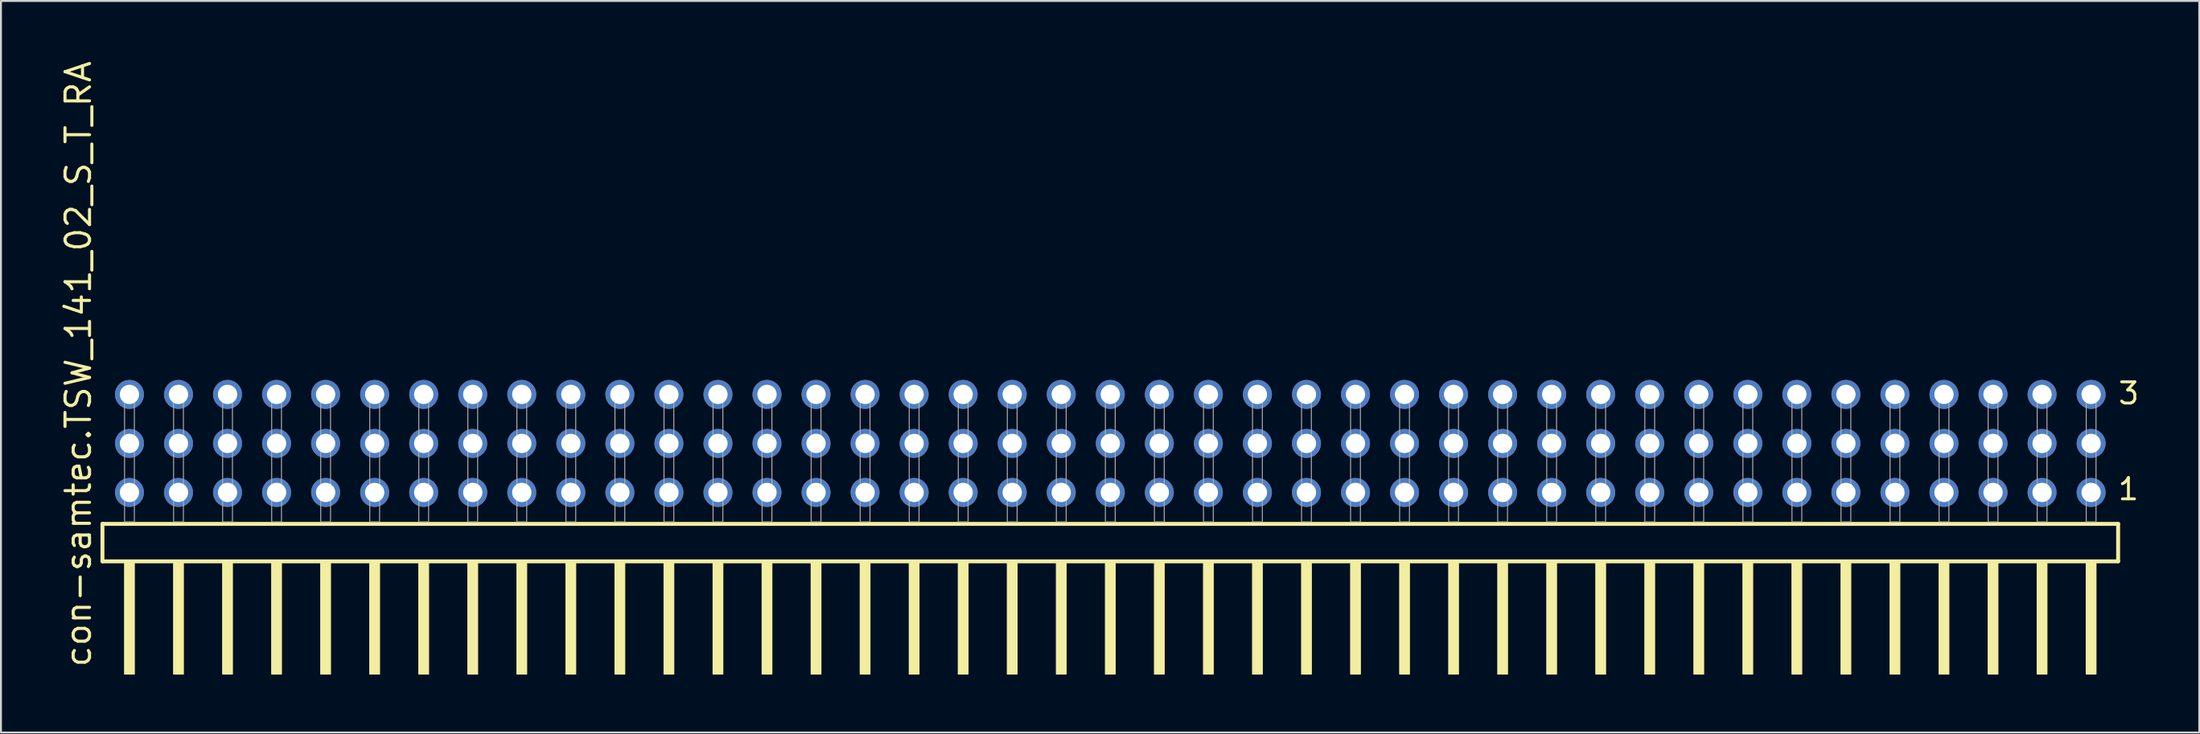
<source format=kicad_pcb>
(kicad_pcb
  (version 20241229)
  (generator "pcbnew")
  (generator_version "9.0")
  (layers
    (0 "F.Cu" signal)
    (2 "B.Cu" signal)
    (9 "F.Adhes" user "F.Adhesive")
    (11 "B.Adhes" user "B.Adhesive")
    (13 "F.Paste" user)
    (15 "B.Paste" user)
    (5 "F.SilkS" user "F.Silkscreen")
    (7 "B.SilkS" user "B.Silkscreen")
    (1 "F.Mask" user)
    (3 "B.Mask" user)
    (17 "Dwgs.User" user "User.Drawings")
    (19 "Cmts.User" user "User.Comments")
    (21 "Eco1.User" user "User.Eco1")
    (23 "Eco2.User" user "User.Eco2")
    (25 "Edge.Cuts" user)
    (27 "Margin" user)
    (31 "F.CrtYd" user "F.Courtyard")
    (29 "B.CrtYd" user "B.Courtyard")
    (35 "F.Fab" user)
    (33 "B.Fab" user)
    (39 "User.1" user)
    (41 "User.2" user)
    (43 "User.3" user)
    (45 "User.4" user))
  (footprint "con-samtec.TSW_141_02_S_T_RA"
    (layer "F.Cu")
    (at 54.455 23.993)
    (property "Reference" "con-samtec.TSW_141_02_S_T_RA" (at -52.705 7.62 90) (layer "F.SilkS") (effects (font (size 1.27 1.27) (thickness 0.16)) (justify left bottom)))
    (attr through_hole)
    (fp_line (start -52.199 0.106) (end -52.199 2.046) (stroke (width 0.203) (type default)) (layer "F.SilkS"))
    (fp_line (start -52.199 2.046) (end 52.199 2.046) (stroke (width 0.203) (type default)) (layer "F.SilkS"))
    (fp_line (start 52.199 0.106) (end -52.199 0.106) (stroke (width 0.203) (type default)) (layer "F.SilkS"))
    (fp_line (start 52.199 2.046) (end 52.199 0.106) (stroke (width 0.203) (type default)) (layer "F.SilkS"))
    (fp_rect (start -51.054 7.89) (end -50.546 2.04) (stroke (width 0.05) (type default)) (fill yes) (layer "F.SilkS"))
    (fp_rect (start -48.514 7.89) (end -48.006 2.04) (stroke (width 0.05) (type default)) (fill yes) (layer "F.SilkS"))
    (fp_rect (start -45.974 7.89) (end -45.466 2.04) (stroke (width 0.05) (type default)) (fill yes) (layer "F.SilkS"))
    (fp_rect (start -43.434 7.89) (end -42.926 2.04) (stroke (width 0.05) (type default)) (fill yes) (layer "F.SilkS"))
    (fp_rect (start -40.894 7.89) (end -40.386 2.04) (stroke (width 0.05) (type default)) (fill yes) (layer "F.SilkS"))
    (fp_rect (start -38.354 7.89) (end -37.846 2.04) (stroke (width 0.05) (type default)) (fill yes) (layer "F.SilkS"))
    (fp_rect (start -35.814 7.89) (end -35.306 2.04) (stroke (width 0.05) (type default)) (fill yes) (layer "F.SilkS"))
    (fp_rect (start -33.274 7.89) (end -32.766 2.04) (stroke (width 0.05) (type default)) (fill yes) (layer "F.SilkS"))
    (fp_rect (start -30.734 7.89) (end -30.226 2.04) (stroke (width 0.05) (type default)) (fill yes) (layer "F.SilkS"))
    (fp_rect (start -28.194 7.89) (end -27.686 2.04) (stroke (width 0.05) (type default)) (fill yes) (layer "F.SilkS"))
    (fp_rect (start -25.654 7.89) (end -25.146 2.04) (stroke (width 0.05) (type default)) (fill yes) (layer "F.SilkS"))
    (fp_rect (start -23.114 7.89) (end -22.606 2.04) (stroke (width 0.05) (type default)) (fill yes) (layer "F.SilkS"))
    (fp_rect (start -20.574 7.89) (end -20.066 2.04) (stroke (width 0.05) (type default)) (fill yes) (layer "F.SilkS"))
    (fp_rect (start -18.034 7.89) (end -17.526 2.04) (stroke (width 0.05) (type default)) (fill yes) (layer "F.SilkS"))
    (fp_rect (start -15.494 7.89) (end -14.986 2.04) (stroke (width 0.05) (type default)) (fill yes) (layer "F.SilkS"))
    (fp_rect (start -12.954 7.89) (end -12.446 2.04) (stroke (width 0.05) (type default)) (fill yes) (layer "F.SilkS"))
    (fp_rect (start -10.414 7.89) (end -9.906 2.04) (stroke (width 0.05) (type default)) (fill yes) (layer "F.SilkS"))
    (fp_rect (start -7.874 7.89) (end -7.366 2.04) (stroke (width 0.05) (type default)) (fill yes) (layer "F.SilkS"))
    (fp_rect (start -5.334 7.89) (end -4.826 2.04) (stroke (width 0.05) (type default)) (fill yes) (layer "F.SilkS"))
    (fp_rect (start -2.794 7.89) (end -2.286 2.04) (stroke (width 0.05) (type default)) (fill yes) (layer "F.SilkS"))
    (fp_rect (start -0.254 7.89) (end 0.254 2.04) (stroke (width 0.05) (type default)) (fill yes) (layer "F.SilkS"))
    (fp_rect (start 2.286 7.89) (end 2.794 2.04) (stroke (width 0.05) (type default)) (fill yes) (layer "F.SilkS"))
    (fp_rect (start 4.826 7.89) (end 5.334 2.04) (stroke (width 0.05) (type default)) (fill yes) (layer "F.SilkS"))
    (fp_rect (start 7.366 7.89) (end 7.874 2.04) (stroke (width 0.05) (type default)) (fill yes) (layer "F.SilkS"))
    (fp_rect (start 9.906 7.89) (end 10.414 2.04) (stroke (width 0.05) (type default)) (fill yes) (layer "F.SilkS"))
    (fp_rect (start 12.446 7.89) (end 12.954 2.04) (stroke (width 0.05) (type default)) (fill yes) (layer "F.SilkS"))
    (fp_rect (start 14.986 7.89) (end 15.494 2.04) (stroke (width 0.05) (type default)) (fill yes) (layer "F.SilkS"))
    (fp_rect (start 17.526 7.89) (end 18.034 2.04) (stroke (width 0.05) (type default)) (fill yes) (layer "F.SilkS"))
    (fp_rect (start 20.066 7.89) (end 20.574 2.04) (stroke (width 0.05) (type default)) (fill yes) (layer "F.SilkS"))
    (fp_rect (start 22.606 7.89) (end 23.114 2.04) (stroke (width 0.05) (type default)) (fill yes) (layer "F.SilkS"))
    (fp_rect (start 25.146 7.89) (end 25.654 2.04) (stroke (width 0.05) (type default)) (fill yes) (layer "F.SilkS"))
    (fp_rect (start 27.686 7.89) (end 28.194 2.04) (stroke (width 0.05) (type default)) (fill yes) (layer "F.SilkS"))
    (fp_rect (start 30.226 7.89) (end 30.734 2.04) (stroke (width 0.05) (type default)) (fill yes) (layer "F.SilkS"))
    (fp_rect (start 32.766 7.89) (end 33.274 2.04) (stroke (width 0.05) (type default)) (fill yes) (layer "F.SilkS"))
    (fp_rect (start 35.306 7.89) (end 35.814 2.04) (stroke (width 0.05) (type default)) (fill yes) (layer "F.SilkS"))
    (fp_rect (start 37.846 7.89) (end 38.354 2.04) (stroke (width 0.05) (type default)) (fill yes) (layer "F.SilkS"))
    (fp_rect (start 40.386 7.89) (end 40.894 2.04) (stroke (width 0.05) (type default)) (fill yes) (layer "F.SilkS"))
    (fp_rect (start 42.926 7.89) (end 43.434 2.04) (stroke (width 0.05) (type default)) (fill yes) (layer "F.SilkS"))
    (fp_rect (start 45.466 7.89) (end 45.974 2.04) (stroke (width 0.05) (type default)) (fill yes) (layer "F.SilkS"))
    (fp_rect (start 48.006 7.89) (end 48.514 2.04) (stroke (width 0.05) (type default)) (fill yes) (layer "F.SilkS"))
    (fp_rect (start 50.546 7.89) (end 51.054 2.04) (stroke (width 0.05) (type default)) (fill yes) (layer "F.SilkS"))
    (fp_rect (start -51.054 0) (end -50.546 -6.858) (stroke (width 0.05) (type default)) (fill no) (layer "F.Fab"))
    (fp_rect (start -48.514 0) (end -48.006 -6.858) (stroke (width 0.05) (type default)) (fill no) (layer "F.Fab"))
    (fp_rect (start -45.974 0) (end -45.466 -6.858) (stroke (width 0.05) (type default)) (fill no) (layer "F.Fab"))
    (fp_rect (start -43.434 0) (end -42.926 -6.858) (stroke (width 0.05) (type default)) (fill no) (layer "F.Fab"))
    (fp_rect (start -40.894 0) (end -40.386 -6.858) (stroke (width 0.05) (type default)) (fill no) (layer "F.Fab"))
    (fp_rect (start -38.354 0) (end -37.846 -6.858) (stroke (width 0.05) (type default)) (fill no) (layer "F.Fab"))
    (fp_rect (start -35.814 0) (end -35.306 -6.858) (stroke (width 0.05) (type default)) (fill no) (layer "F.Fab"))
    (fp_rect (start -33.274 0) (end -32.766 -6.858) (stroke (width 0.05) (type default)) (fill no) (layer "F.Fab"))
    (fp_rect (start -30.734 0) (end -30.226 -6.858) (stroke (width 0.05) (type default)) (fill no) (layer "F.Fab"))
    (fp_rect (start -28.194 0) (end -27.686 -6.858) (stroke (width 0.05) (type default)) (fill no) (layer "F.Fab"))
    (fp_rect (start -25.654 0) (end -25.146 -6.858) (stroke (width 0.05) (type default)) (fill no) (layer "F.Fab"))
    (fp_rect (start -23.114 0) (end -22.606 -6.858) (stroke (width 0.05) (type default)) (fill no) (layer "F.Fab"))
    (fp_rect (start -20.574 0) (end -20.066 -6.858) (stroke (width 0.05) (type default)) (fill no) (layer "F.Fab"))
    (fp_rect (start -18.034 0) (end -17.526 -6.858) (stroke (width 0.05) (type default)) (fill no) (layer "F.Fab"))
    (fp_rect (start -15.494 0) (end -14.986 -6.858) (stroke (width 0.05) (type default)) (fill no) (layer "F.Fab"))
    (fp_rect (start -12.954 0) (end -12.446 -6.858) (stroke (width 0.05) (type default)) (fill no) (layer "F.Fab"))
    (fp_rect (start -10.414 0) (end -9.906 -6.858) (stroke (width 0.05) (type default)) (fill no) (layer "F.Fab"))
    (fp_rect (start -7.874 0) (end -7.366 -6.858) (stroke (width 0.05) (type default)) (fill no) (layer "F.Fab"))
    (fp_rect (start -5.334 0) (end -4.826 -6.858) (stroke (width 0.05) (type default)) (fill no) (layer "F.Fab"))
    (fp_rect (start -2.794 0) (end -2.286 -6.858) (stroke (width 0.05) (type default)) (fill no) (layer "F.Fab"))
    (fp_rect (start -0.254 0) (end 0.254 -6.858) (stroke (width 0.05) (type default)) (fill no) (layer "F.Fab"))
    (fp_rect (start 2.286 0) (end 2.794 -6.858) (stroke (width 0.05) (type default)) (fill no) (layer "F.Fab"))
    (fp_rect (start 4.826 0) (end 5.334 -6.858) (stroke (width 0.05) (type default)) (fill no) (layer "F.Fab"))
    (fp_rect (start 7.366 0) (end 7.874 -6.858) (stroke (width 0.05) (type default)) (fill no) (layer "F.Fab"))
    (fp_rect (start 9.906 0) (end 10.414 -6.858) (stroke (width 0.05) (type default)) (fill no) (layer "F.Fab"))
    (fp_rect (start 12.446 0) (end 12.954 -6.858) (stroke (width 0.05) (type default)) (fill no) (layer "F.Fab"))
    (fp_rect (start 14.986 0) (end 15.494 -6.858) (stroke (width 0.05) (type default)) (fill no) (layer "F.Fab"))
    (fp_rect (start 17.526 0) (end 18.034 -6.858) (stroke (width 0.05) (type default)) (fill no) (layer "F.Fab"))
    (fp_rect (start 20.066 0) (end 20.574 -6.858) (stroke (width 0.05) (type default)) (fill no) (layer "F.Fab"))
    (fp_rect (start 22.606 0) (end 23.114 -6.858) (stroke (width 0.05) (type default)) (fill no) (layer "F.Fab"))
    (fp_rect (start 25.146 0) (end 25.654 -6.858) (stroke (width 0.05) (type default)) (fill no) (layer "F.Fab"))
    (fp_rect (start 27.686 0) (end 28.194 -6.858) (stroke (width 0.05) (type default)) (fill no) (layer "F.Fab"))
    (fp_rect (start 30.226 0) (end 30.734 -6.858) (stroke (width 0.05) (type default)) (fill no) (layer "F.Fab"))
    (fp_rect (start 32.766 0) (end 33.274 -6.858) (stroke (width 0.05) (type default)) (fill no) (layer "F.Fab"))
    (fp_rect (start 35.306 0) (end 35.814 -6.858) (stroke (width 0.05) (type default)) (fill no) (layer "F.Fab"))
    (fp_rect (start 37.846 0) (end 38.354 -6.858) (stroke (width 0.05) (type default)) (fill no) (layer "F.Fab"))
    (fp_rect (start 40.386 0) (end 40.894 -6.858) (stroke (width 0.05) (type default)) (fill no) (layer "F.Fab"))
    (fp_rect (start 42.926 0) (end 43.434 -6.858) (stroke (width 0.05) (type default)) (fill no) (layer "F.Fab"))
    (fp_rect (start 45.466 0) (end 45.974 -6.858) (stroke (width 0.05) (type default)) (fill no) (layer "F.Fab"))
    (fp_rect (start 48.006 0) (end 48.514 -6.858) (stroke (width 0.05) (type default)) (fill no) (layer "F.Fab"))
    (fp_rect (start 50.546 0) (end 51.054 -6.858) (stroke (width 0.05) (type default)) (fill no) (layer "F.Fab"))
    (fp_text user "3" (at 52.125 -6.015 0) (layer "F.SilkS") (effects (font (size 1.1 1.1) (thickness 0.15)) (justify left bottom)))
    (fp_text user "1" (at 52.11 -1.05 0) (layer "F.SilkS") (effects (font (size 1.1 1.1) (thickness 0.15)) (justify left bottom)))
    (pad "1" thru_hole circle (at 50.8 -1.524 180) (size 1.5 1.5) (drill 1) (layers "*.Cu" "*.Mask"))
    (pad "2" thru_hole circle (at 50.8 -4.064 180) (size 1.5 1.5) (drill 1) (layers "*.Cu" "*.Mask"))
    (pad "3" thru_hole circle (at 50.8 -6.604 180) (size 1.5 1.5) (drill 1) (layers "*.Cu" "*.Mask"))
    (pad "4" thru_hole circle (at 48.26 -1.524 180) (size 1.5 1.5) (drill 1) (layers "*.Cu" "*.Mask"))
    (pad "5" thru_hole circle (at 48.26 -4.064 180) (size 1.5 1.5) (drill 1) (layers "*.Cu" "*.Mask"))
    (pad "6" thru_hole circle (at 48.26 -6.604 180) (size 1.5 1.5) (drill 1) (layers "*.Cu" "*.Mask"))
    (pad "7" thru_hole circle (at 45.72 -1.524 180) (size 1.5 1.5) (drill 1) (layers "*.Cu" "*.Mask"))
    (pad "8" thru_hole circle (at 45.72 -4.064 180) (size 1.5 1.5) (drill 1) (layers "*.Cu" "*.Mask"))
    (pad "9" thru_hole circle (at 45.72 -6.604 180) (size 1.5 1.5) (drill 1) (layers "*.Cu" "*.Mask"))
    (pad "10" thru_hole circle (at 43.18 -1.524 180) (size 1.5 1.5) (drill 1) (layers "*.Cu" "*.Mask"))
    (pad "11" thru_hole circle (at 43.18 -4.064 180) (size 1.5 1.5) (drill 1) (layers "*.Cu" "*.Mask"))
    (pad "12" thru_hole circle (at 43.18 -6.604 180) (size 1.5 1.5) (drill 1) (layers "*.Cu" "*.Mask"))
    (pad "13" thru_hole circle (at 40.64 -1.524 180) (size 1.5 1.5) (drill 1) (layers "*.Cu" "*.Mask"))
    (pad "14" thru_hole circle (at 40.64 -4.064 180) (size 1.5 1.5) (drill 1) (layers "*.Cu" "*.Mask"))
    (pad "15" thru_hole circle (at 40.64 -6.604 180) (size 1.5 1.5) (drill 1) (layers "*.Cu" "*.Mask"))
    (pad "16" thru_hole circle (at 38.1 -1.524 180) (size 1.5 1.5) (drill 1) (layers "*.Cu" "*.Mask"))
    (pad "17" thru_hole circle (at 38.1 -4.064 180) (size 1.5 1.5) (drill 1) (layers "*.Cu" "*.Mask"))
    (pad "18" thru_hole circle (at 38.1 -6.604 180) (size 1.5 1.5) (drill 1) (layers "*.Cu" "*.Mask"))
    (pad "19" thru_hole circle (at 35.56 -1.524 180) (size 1.5 1.5) (drill 1) (layers "*.Cu" "*.Mask"))
    (pad "20" thru_hole circle (at 35.56 -4.064 180) (size 1.5 1.5) (drill 1) (layers "*.Cu" "*.Mask"))
    (pad "21" thru_hole circle (at 35.56 -6.604 180) (size 1.5 1.5) (drill 1) (layers "*.Cu" "*.Mask"))
    (pad "22" thru_hole circle (at 33.02 -1.524 180) (size 1.5 1.5) (drill 1) (layers "*.Cu" "*.Mask"))
    (pad "23" thru_hole circle (at 33.02 -4.064 180) (size 1.5 1.5) (drill 1) (layers "*.Cu" "*.Mask"))
    (pad "24" thru_hole circle (at 33.02 -6.604 180) (size 1.5 1.5) (drill 1) (layers "*.Cu" "*.Mask"))
    (pad "25" thru_hole circle (at 30.48 -1.524 180) (size 1.5 1.5) (drill 1) (layers "*.Cu" "*.Mask"))
    (pad "26" thru_hole circle (at 30.48 -4.064 180) (size 1.5 1.5) (drill 1) (layers "*.Cu" "*.Mask"))
    (pad "27" thru_hole circle (at 30.48 -6.604 180) (size 1.5 1.5) (drill 1) (layers "*.Cu" "*.Mask"))
    (pad "28" thru_hole circle (at 27.94 -1.524 180) (size 1.5 1.5) (drill 1) (layers "*.Cu" "*.Mask"))
    (pad "29" thru_hole circle (at 27.94 -4.064 180) (size 1.5 1.5) (drill 1) (layers "*.Cu" "*.Mask"))
    (pad "30" thru_hole circle (at 27.94 -6.604 180) (size 1.5 1.5) (drill 1) (layers "*.Cu" "*.Mask"))
    (pad "31" thru_hole circle (at 25.4 -1.524 180) (size 1.5 1.5) (drill 1) (layers "*.Cu" "*.Mask"))
    (pad "32" thru_hole circle (at 25.4 -4.064 180) (size 1.5 1.5) (drill 1) (layers "*.Cu" "*.Mask"))
    (pad "33" thru_hole circle (at 25.4 -6.604 180) (size 1.5 1.5) (drill 1) (layers "*.Cu" "*.Mask"))
    (pad "34" thru_hole circle (at 22.86 -1.524 180) (size 1.5 1.5) (drill 1) (layers "*.Cu" "*.Mask"))
    (pad "35" thru_hole circle (at 22.86 -4.064 180) (size 1.5 1.5) (drill 1) (layers "*.Cu" "*.Mask"))
    (pad "36" thru_hole circle (at 22.86 -6.604 180) (size 1.5 1.5) (drill 1) (layers "*.Cu" "*.Mask"))
    (pad "37" thru_hole circle (at 20.32 -1.524 180) (size 1.5 1.5) (drill 1) (layers "*.Cu" "*.Mask"))
    (pad "38" thru_hole circle (at 20.32 -4.064 180) (size 1.5 1.5) (drill 1) (layers "*.Cu" "*.Mask"))
    (pad "39" thru_hole circle (at 20.32 -6.604 180) (size 1.5 1.5) (drill 1) (layers "*.Cu" "*.Mask"))
    (pad "40" thru_hole circle (at 17.78 -1.524 180) (size 1.5 1.5) (drill 1) (layers "*.Cu" "*.Mask"))
    (pad "41" thru_hole circle (at 17.78 -4.064 180) (size 1.5 1.5) (drill 1) (layers "*.Cu" "*.Mask"))
    (pad "42" thru_hole circle (at 17.78 -6.604 180) (size 1.5 1.5) (drill 1) (layers "*.Cu" "*.Mask"))
    (pad "43" thru_hole circle (at 15.24 -1.524 180) (size 1.5 1.5) (drill 1) (layers "*.Cu" "*.Mask"))
    (pad "44" thru_hole circle (at 15.24 -4.064 180) (size 1.5 1.5) (drill 1) (layers "*.Cu" "*.Mask"))
    (pad "45" thru_hole circle (at 15.24 -6.604 180) (size 1.5 1.5) (drill 1) (layers "*.Cu" "*.Mask"))
    (pad "46" thru_hole circle (at 12.7 -1.524 180) (size 1.5 1.5) (drill 1) (layers "*.Cu" "*.Mask"))
    (pad "47" thru_hole circle (at 12.7 -4.064 180) (size 1.5 1.5) (drill 1) (layers "*.Cu" "*.Mask"))
    (pad "48" thru_hole circle (at 12.7 -6.604 180) (size 1.5 1.5) (drill 1) (layers "*.Cu" "*.Mask"))
    (pad "49" thru_hole circle (at 10.16 -1.524 180) (size 1.5 1.5) (drill 1) (layers "*.Cu" "*.Mask"))
    (pad "50" thru_hole circle (at 10.16 -4.064 180) (size 1.5 1.5) (drill 1) (layers "*.Cu" "*.Mask"))
    (pad "51" thru_hole circle (at 10.16 -6.604 180) (size 1.5 1.5) (drill 1) (layers "*.Cu" "*.Mask"))
    (pad "52" thru_hole circle (at 7.62 -1.524 180) (size 1.5 1.5) (drill 1) (layers "*.Cu" "*.Mask"))
    (pad "53" thru_hole circle (at 7.62 -4.064 180) (size 1.5 1.5) (drill 1) (layers "*.Cu" "*.Mask"))
    (pad "54" thru_hole circle (at 7.62 -6.604 180) (size 1.5 1.5) (drill 1) (layers "*.Cu" "*.Mask"))
    (pad "55" thru_hole circle (at 5.08 -1.524 180) (size 1.5 1.5) (drill 1) (layers "*.Cu" "*.Mask"))
    (pad "56" thru_hole circle (at 5.08 -4.064 180) (size 1.5 1.5) (drill 1) (layers "*.Cu" "*.Mask"))
    (pad "57" thru_hole circle (at 5.08 -6.604 180) (size 1.5 1.5) (drill 1) (layers "*.Cu" "*.Mask"))
    (pad "58" thru_hole circle (at 2.54 -1.524 180) (size 1.5 1.5) (drill 1) (layers "*.Cu" "*.Mask"))
    (pad "59" thru_hole circle (at 2.54 -4.064 180) (size 1.5 1.5) (drill 1) (layers "*.Cu" "*.Mask"))
    (pad "60" thru_hole circle (at 2.54 -6.604 180) (size 1.5 1.5) (drill 1) (layers "*.Cu" "*.Mask"))
    (pad "61" thru_hole circle (at 0 -1.524 180) (size 1.5 1.5) (drill 1) (layers "*.Cu" "*.Mask"))
    (pad "62" thru_hole circle (at 0 -4.064 180) (size 1.5 1.5) (drill 1) (layers "*.Cu" "*.Mask"))
    (pad "63" thru_hole circle (at 0 -6.604 180) (size 1.5 1.5) (drill 1) (layers "*.Cu" "*.Mask"))
    (pad "64" thru_hole circle (at -2.54 -1.524 180) (size 1.5 1.5) (drill 1) (layers "*.Cu" "*.Mask"))
    (pad "65" thru_hole circle (at -2.54 -4.064 180) (size 1.5 1.5) (drill 1) (layers "*.Cu" "*.Mask"))
    (pad "66" thru_hole circle (at -2.54 -6.604 180) (size 1.5 1.5) (drill 1) (layers "*.Cu" "*.Mask"))
    (pad "67" thru_hole circle (at -5.08 -1.524 180) (size 1.5 1.5) (drill 1) (layers "*.Cu" "*.Mask"))
    (pad "68" thru_hole circle (at -5.08 -4.064 180) (size 1.5 1.5) (drill 1) (layers "*.Cu" "*.Mask"))
    (pad "69" thru_hole circle (at -5.08 -6.604 180) (size 1.5 1.5) (drill 1) (layers "*.Cu" "*.Mask"))
    (pad "70" thru_hole circle (at -7.62 -1.524 180) (size 1.5 1.5) (drill 1) (layers "*.Cu" "*.Mask"))
    (pad "71" thru_hole circle (at -7.62 -4.064 180) (size 1.5 1.5) (drill 1) (layers "*.Cu" "*.Mask"))
    (pad "72" thru_hole circle (at -7.62 -6.604 180) (size 1.5 1.5) (drill 1) (layers "*.Cu" "*.Mask"))
    (pad "73" thru_hole circle (at -10.16 -1.524 180) (size 1.5 1.5) (drill 1) (layers "*.Cu" "*.Mask"))
    (pad "74" thru_hole circle (at -10.16 -4.064 180) (size 1.5 1.5) (drill 1) (layers "*.Cu" "*.Mask"))
    (pad "75" thru_hole circle (at -10.16 -6.604 180) (size 1.5 1.5) (drill 1) (layers "*.Cu" "*.Mask"))
    (pad "76" thru_hole circle (at -12.7 -1.524 180) (size 1.5 1.5) (drill 1) (layers "*.Cu" "*.Mask"))
    (pad "77" thru_hole circle (at -12.7 -4.064 180) (size 1.5 1.5) (drill 1) (layers "*.Cu" "*.Mask"))
    (pad "78" thru_hole circle (at -12.7 -6.604 180) (size 1.5 1.5) (drill 1) (layers "*.Cu" "*.Mask"))
    (pad "79" thru_hole circle (at -15.24 -1.524 180) (size 1.5 1.5) (drill 1) (layers "*.Cu" "*.Mask"))
    (pad "80" thru_hole circle (at -15.24 -4.064 180) (size 1.5 1.5) (drill 1) (layers "*.Cu" "*.Mask"))
    (pad "81" thru_hole circle (at -15.24 -6.604 180) (size 1.5 1.5) (drill 1) (layers "*.Cu" "*.Mask"))
    (pad "82" thru_hole circle (at -17.78 -1.524 180) (size 1.5 1.5) (drill 1) (layers "*.Cu" "*.Mask"))
    (pad "83" thru_hole circle (at -17.78 -4.064 180) (size 1.5 1.5) (drill 1) (layers "*.Cu" "*.Mask"))
    (pad "84" thru_hole circle (at -17.78 -6.604 180) (size 1.5 1.5) (drill 1) (layers "*.Cu" "*.Mask"))
    (pad "85" thru_hole circle (at -20.32 -1.524 180) (size 1.5 1.5) (drill 1) (layers "*.Cu" "*.Mask"))
    (pad "86" thru_hole circle (at -20.32 -4.064 180) (size 1.5 1.5) (drill 1) (layers "*.Cu" "*.Mask"))
    (pad "87" thru_hole circle (at -20.32 -6.604 180) (size 1.5 1.5) (drill 1) (layers "*.Cu" "*.Mask"))
    (pad "88" thru_hole circle (at -22.86 -1.524 180) (size 1.5 1.5) (drill 1) (layers "*.Cu" "*.Mask"))
    (pad "89" thru_hole circle (at -22.86 -4.064 180) (size 1.5 1.5) (drill 1) (layers "*.Cu" "*.Mask"))
    (pad "90" thru_hole circle (at -22.86 -6.604 180) (size 1.5 1.5) (drill 1) (layers "*.Cu" "*.Mask"))
    (pad "91" thru_hole circle (at -25.4 -1.524 180) (size 1.5 1.5) (drill 1) (layers "*.Cu" "*.Mask"))
    (pad "92" thru_hole circle (at -25.4 -4.064 180) (size 1.5 1.5) (drill 1) (layers "*.Cu" "*.Mask"))
    (pad "93" thru_hole circle (at -25.4 -6.604 180) (size 1.5 1.5) (drill 1) (layers "*.Cu" "*.Mask"))
    (pad "94" thru_hole circle (at -27.94 -1.524 180) (size 1.5 1.5) (drill 1) (layers "*.Cu" "*.Mask"))
    (pad "95" thru_hole circle (at -27.94 -4.064 180) (size 1.5 1.5) (drill 1) (layers "*.Cu" "*.Mask"))
    (pad "96" thru_hole circle (at -27.94 -6.604 180) (size 1.5 1.5) (drill 1) (layers "*.Cu" "*.Mask"))
    (pad "97" thru_hole circle (at -30.48 -1.524 180) (size 1.5 1.5) (drill 1) (layers "*.Cu" "*.Mask"))
    (pad "98" thru_hole circle (at -30.48 -4.064 180) (size 1.5 1.5) (drill 1) (layers "*.Cu" "*.Mask"))
    (pad "99" thru_hole circle (at -30.48 -6.604 180) (size 1.5 1.5) (drill 1) (layers "*.Cu" "*.Mask"))
    (pad "100" thru_hole circle (at -33.02 -1.524 180) (size 1.5 1.5) (drill 1) (layers "*.Cu" "*.Mask"))
    (pad "101" thru_hole circle (at -33.02 -4.064 180) (size 1.5 1.5) (drill 1) (layers "*.Cu" "*.Mask"))
    (pad "102" thru_hole circle (at -33.02 -6.604 180) (size 1.5 1.5) (drill 1) (layers "*.Cu" "*.Mask"))
    (pad "103" thru_hole circle (at -35.56 -1.524 180) (size 1.5 1.5) (drill 1) (layers "*.Cu" "*.Mask"))
    (pad "104" thru_hole circle (at -35.56 -4.064 180) (size 1.5 1.5) (drill 1) (layers "*.Cu" "*.Mask"))
    (pad "105" thru_hole circle (at -35.56 -6.604 180) (size 1.5 1.5) (drill 1) (layers "*.Cu" "*.Mask"))
    (pad "106" thru_hole circle (at -38.1 -1.524 180) (size 1.5 1.5) (drill 1) (layers "*.Cu" "*.Mask"))
    (pad "107" thru_hole circle (at -38.1 -4.064 180) (size 1.5 1.5) (drill 1) (layers "*.Cu" "*.Mask"))
    (pad "108" thru_hole circle (at -38.1 -6.604 180) (size 1.5 1.5) (drill 1) (layers "*.Cu" "*.Mask"))
    (pad "109" thru_hole circle (at -40.64 -1.524 180) (size 1.5 1.5) (drill 1) (layers "*.Cu" "*.Mask"))
    (pad "110" thru_hole circle (at -40.64 -4.064 180) (size 1.5 1.5) (drill 1) (layers "*.Cu" "*.Mask"))
    (pad "111" thru_hole circle (at -40.64 -6.604 180) (size 1.5 1.5) (drill 1) (layers "*.Cu" "*.Mask"))
    (pad "112" thru_hole circle (at -43.18 -1.524 180) (size 1.5 1.5) (drill 1) (layers "*.Cu" "*.Mask"))
    (pad "113" thru_hole circle (at -43.18 -4.064 180) (size 1.5 1.5) (drill 1) (layers "*.Cu" "*.Mask"))
    (pad "114" thru_hole circle (at -43.18 -6.604 180) (size 1.5 1.5) (drill 1) (layers "*.Cu" "*.Mask"))
    (pad "115" thru_hole circle (at -45.72 -1.524 180) (size 1.5 1.5) (drill 1) (layers "*.Cu" "*.Mask"))
    (pad "116" thru_hole circle (at -45.72 -4.064 180) (size 1.5 1.5) (drill 1) (layers "*.Cu" "*.Mask"))
    (pad "117" thru_hole circle (at -45.72 -6.604 180) (size 1.5 1.5) (drill 1) (layers "*.Cu" "*.Mask"))
    (pad "118" thru_hole circle (at -48.26 -1.524 180) (size 1.5 1.5) (drill 1) (layers "*.Cu" "*.Mask"))
    (pad "119" thru_hole circle (at -48.26 -4.064 180) (size 1.5 1.5) (drill 1) (layers "*.Cu" "*.Mask"))
    (pad "120" thru_hole circle (at -48.26 -6.604 180) (size 1.5 1.5) (drill 1) (layers "*.Cu" "*.Mask"))
    (pad "121" thru_hole circle (at -50.8 -1.524 180) (size 1.5 1.5) (drill 1) (layers "*.Cu" "*.Mask"))
    (pad "122" thru_hole circle (at -50.8 -4.064 180) (size 1.5 1.5) (drill 1) (layers "*.Cu" "*.Mask"))
    (pad "123" thru_hole circle (at -50.8 -6.604 180) (size 1.5 1.5) (drill 1) (layers "*.Cu" "*.Mask")))
  (gr_rect
    (start -3 -3)
    (end 110.858 34.908)
    (stroke (width 0.1) (type default))
    (fill no)
    (layer "Edge.Cuts")))
</source>
